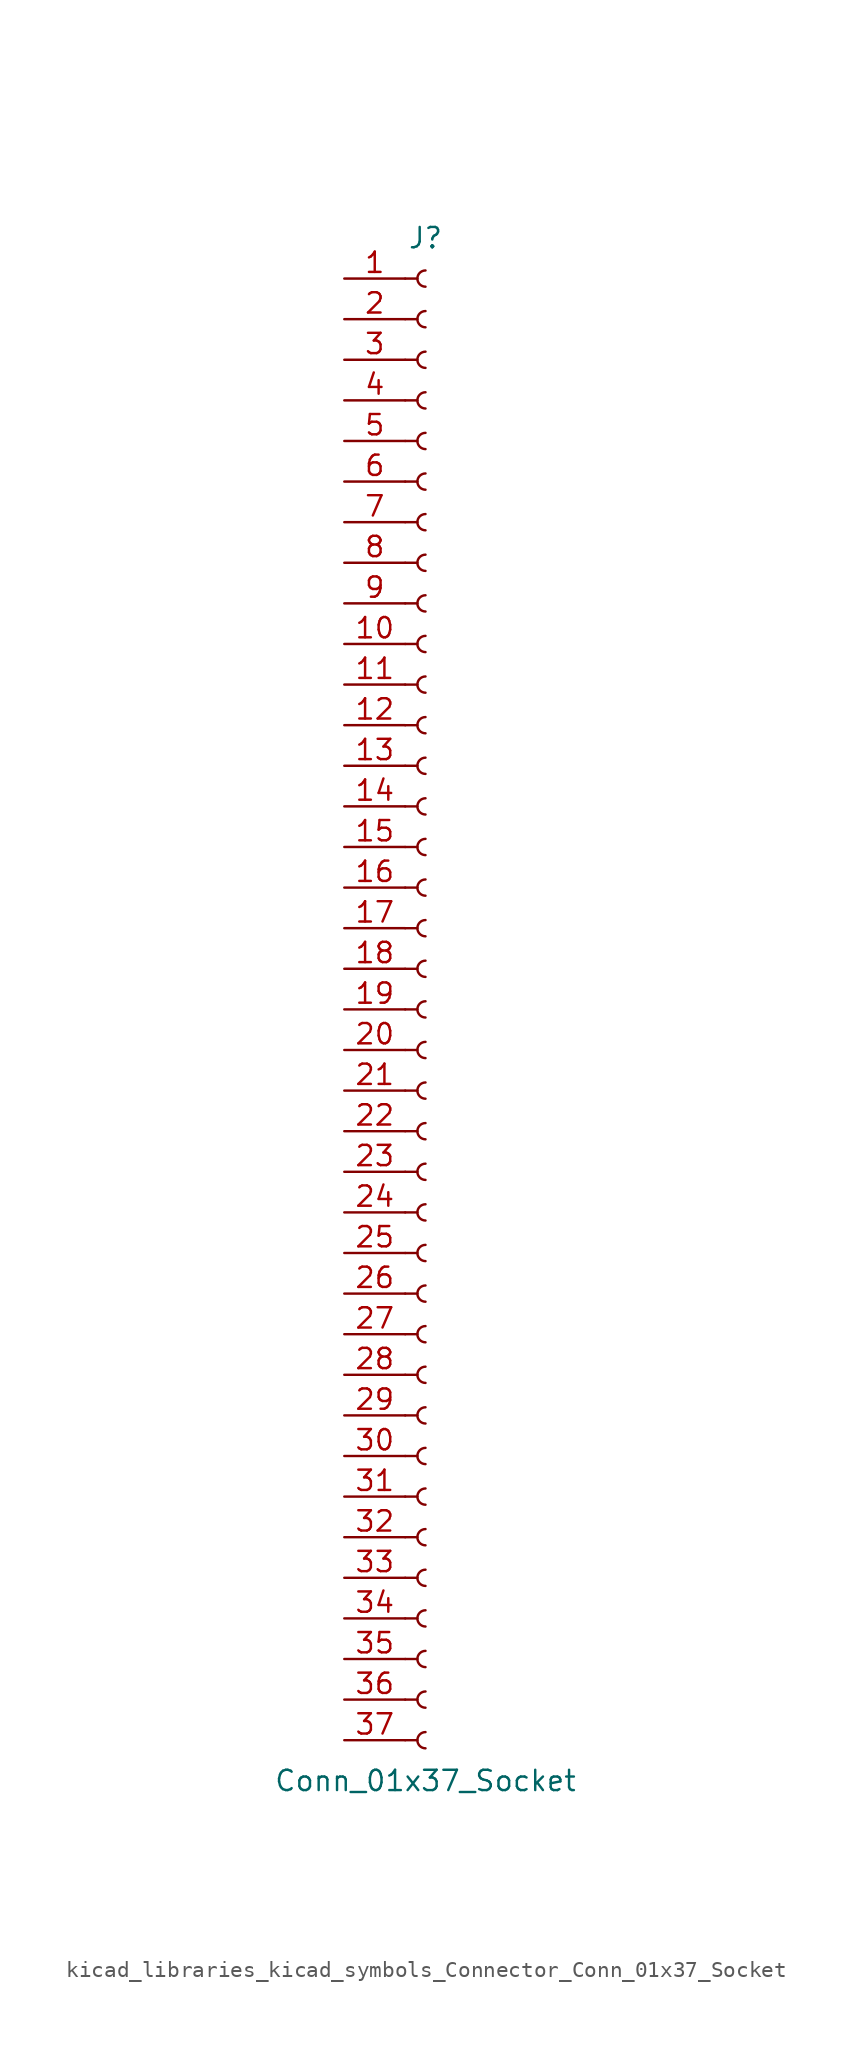
<source format=kicad_sym>
(kicad_symbol_lib
  (version 20220914)
  (generator kicad_symbol_editor)
  (symbol "kicad_libraries_kicad_symbols_Connector_Conn_01x37_Socket"
    (pin_names
      (offset 1.016) hide)
    (property "Reference" "J"
      (at 0 48.26 0)
      (effects (font (size 1.27 1.27))))
    (property "Value" "Conn_01x37_Socket"
      (at 0 -48.26 0)
      (effects (font (size 1.27 1.27))))
    (property "ki_locked" ""
      (at 0 0 0)
      (effects (font (size 1.27 1.27))))
    (symbol "kicad_libraries_kicad_symbols_Connector_Conn_01x37_Socket_1_1"
      (arc (start 0 -45.212) (mid -0.5058 -45.72) (end 0 -46.228) (stroke (width 0.1524) (type default)) (fill (type none)))
      (arc (start 0 -42.672) (mid -0.5058 -43.18) (end 0 -43.688) (stroke (width 0.1524) (type default)) (fill (type none)))
      (arc (start 0 -40.132) (mid -0.5058 -40.64) (end 0 -41.148) (stroke (width 0.1524) (type default)) (fill (type none)))
      (arc (start 0 -37.592) (mid -0.5058 -38.1) (end 0 -38.608) (stroke (width 0.1524) (type default)) (fill (type none)))
      (arc (start 0 -35.052) (mid -0.5058 -35.56) (end 0 -36.068) (stroke (width 0.1524) (type default)) (fill (type none)))
      (arc (start 0 -32.512) (mid -0.5058 -33.02) (end 0 -33.528) (stroke (width 0.1524) (type default)) (fill (type none)))
      (arc (start 0 -29.972) (mid -0.5058 -30.48) (end 0 -30.988) (stroke (width 0.1524) (type default)) (fill (type none)))
      (arc (start 0 -27.432) (mid -0.5058 -27.94) (end 0 -28.448) (stroke (width 0.1524) (type default)) (fill (type none)))
      (arc (start 0 -24.892) (mid -0.5058 -25.4) (end 0 -25.908) (stroke (width 0.1524) (type default)) (fill (type none)))
      (arc (start 0 -22.352) (mid -0.5058 -22.86) (end 0 -23.368) (stroke (width 0.1524) (type default)) (fill (type none)))
      (arc (start 0 -19.812) (mid -0.5058 -20.32) (end 0 -20.828) (stroke (width 0.1524) (type default)) (fill (type none)))
      (arc (start 0 -17.272) (mid -0.5058 -17.78) (end 0 -18.288) (stroke (width 0.1524) (type default)) (fill (type none)))
      (arc (start 0 -14.732) (mid -0.5058 -15.24) (end 0 -15.748) (stroke (width 0.1524) (type default)) (fill (type none)))
      (arc (start 0 -12.192) (mid -0.5058 -12.7) (end 0 -13.208) (stroke (width 0.1524) (type default)) (fill (type none)))
      (arc (start 0 -9.652) (mid -0.5058 -10.16) (end 0 -10.668) (stroke (width 0.1524) (type default)) (fill (type none)))
      (arc (start 0 -7.112) (mid -0.5058 -7.62) (end 0 -8.128) (stroke (width 0.1524) (type default)) (fill (type none)))
      (arc (start 0 -4.572) (mid -0.5058 -5.08) (end 0 -5.588) (stroke (width 0.1524) (type default)) (fill (type none)))
      (arc (start 0 -2.032) (mid -0.5058 -2.54) (end 0 -3.048) (stroke (width 0.1524) (type default)) (fill (type none)))
      (polyline (pts (xy -1.27 -45.72) (xy -0.508 -45.72)) (stroke (width 0.152) (type default)) (fill (type none)))
      (polyline (pts (xy -1.27 -43.18) (xy -0.508 -43.18)) (stroke (width 0.152) (type default)) (fill (type none)))
      (polyline (pts (xy -1.27 -40.64) (xy -0.508 -40.64)) (stroke (width 0.152) (type default)) (fill (type none)))
      (polyline (pts (xy -1.27 -38.1) (xy -0.508 -38.1)) (stroke (width 0.152) (type default)) (fill (type none)))
      (polyline (pts (xy -1.27 -35.56) (xy -0.508 -35.56)) (stroke (width 0.152) (type default)) (fill (type none)))
      (polyline (pts (xy -1.27 -33.02) (xy -0.508 -33.02)) (stroke (width 0.152) (type default)) (fill (type none)))
      (polyline (pts (xy -1.27 -30.48) (xy -0.508 -30.48)) (stroke (width 0.152) (type default)) (fill (type none)))
      (polyline (pts (xy -1.27 -27.94) (xy -0.508 -27.94)) (stroke (width 0.152) (type default)) (fill (type none)))
      (polyline (pts (xy -1.27 -25.4) (xy -0.508 -25.4)) (stroke (width 0.152) (type default)) (fill (type none)))
      (polyline (pts (xy -1.27 -22.86) (xy -0.508 -22.86)) (stroke (width 0.152) (type default)) (fill (type none)))
      (polyline (pts (xy -1.27 -20.32) (xy -0.508 -20.32)) (stroke (width 0.152) (type default)) (fill (type none)))
      (polyline (pts (xy -1.27 -17.78) (xy -0.508 -17.78)) (stroke (width 0.152) (type default)) (fill (type none)))
      (polyline (pts (xy -1.27 -15.24) (xy -0.508 -15.24)) (stroke (width 0.152) (type default)) (fill (type none)))
      (polyline (pts (xy -1.27 -12.7) (xy -0.508 -12.7)) (stroke (width 0.152) (type default)) (fill (type none)))
      (polyline (pts (xy -1.27 -10.16) (xy -0.508 -10.16)) (stroke (width 0.152) (type default)) (fill (type none)))
      (polyline (pts (xy -1.27 -7.62) (xy -0.508 -7.62)) (stroke (width 0.152) (type default)) (fill (type none)))
      (polyline (pts (xy -1.27 -5.08) (xy -0.508 -5.08)) (stroke (width 0.152) (type default)) (fill (type none)))
      (polyline (pts (xy -1.27 -2.54) (xy -0.508 -2.54)) (stroke (width 0.152) (type default)) (fill (type none)))
      (polyline (pts (xy -1.27 0) (xy -0.508 0)) (stroke (width 0.152) (type default)) (fill (type none)))
      (polyline (pts (xy -1.27 2.54) (xy -0.508 2.54)) (stroke (width 0.152) (type default)) (fill (type none)))
      (polyline (pts (xy -1.27 5.08) (xy -0.508 5.08)) (stroke (width 0.152) (type default)) (fill (type none)))
      (polyline (pts (xy -1.27 7.62) (xy -0.508 7.62)) (stroke (width 0.152) (type default)) (fill (type none)))
      (polyline (pts (xy -1.27 10.16) (xy -0.508 10.16)) (stroke (width 0.152) (type default)) (fill (type none)))
      (polyline (pts (xy -1.27 12.7) (xy -0.508 12.7)) (stroke (width 0.152) (type default)) (fill (type none)))
      (polyline (pts (xy -1.27 15.24) (xy -0.508 15.24)) (stroke (width 0.152) (type default)) (fill (type none)))
      (polyline (pts (xy -1.27 17.78) (xy -0.508 17.78)) (stroke (width 0.152) (type default)) (fill (type none)))
      (polyline (pts (xy -1.27 20.32) (xy -0.508 20.32)) (stroke (width 0.152) (type default)) (fill (type none)))
      (polyline (pts (xy -1.27 22.86) (xy -0.508 22.86)) (stroke (width 0.152) (type default)) (fill (type none)))
      (polyline (pts (xy -1.27 25.4) (xy -0.508 25.4)) (stroke (width 0.152) (type default)) (fill (type none)))
      (polyline (pts (xy -1.27 27.94) (xy -0.508 27.94)) (stroke (width 0.152) (type default)) (fill (type none)))
      (polyline (pts (xy -1.27 30.48) (xy -0.508 30.48)) (stroke (width 0.152) (type default)) (fill (type none)))
      (polyline (pts (xy -1.27 33.02) (xy -0.508 33.02)) (stroke (width 0.152) (type default)) (fill (type none)))
      (polyline (pts (xy -1.27 35.56) (xy -0.508 35.56)) (stroke (width 0.152) (type default)) (fill (type none)))
      (polyline (pts (xy -1.27 38.1) (xy -0.508 38.1)) (stroke (width 0.152) (type default)) (fill (type none)))
      (polyline (pts (xy -1.27 40.64) (xy -0.508 40.64)) (stroke (width 0.152) (type default)) (fill (type none)))
      (polyline (pts (xy -1.27 43.18) (xy -0.508 43.18)) (stroke (width 0.152) (type default)) (fill (type none)))
      (polyline (pts (xy -1.27 45.72) (xy -0.508 45.72)) (stroke (width 0.152) (type default)) (fill (type none)))
      (arc (start 0 0.508) (mid -0.5058 0) (end 0 -0.508) (stroke (width 0.1524) (type default)) (fill (type none)))
      (arc (start 0 3.048) (mid -0.5058 2.54) (end 0 2.032) (stroke (width 0.1524) (type default)) (fill (type none)))
      (arc (start 0 5.588) (mid -0.5058 5.08) (end 0 4.572) (stroke (width 0.1524) (type default)) (fill (type none)))
      (arc (start 0 8.128) (mid -0.5058 7.62) (end 0 7.112) (stroke (width 0.1524) (type default)) (fill (type none)))
      (arc (start 0 10.668) (mid -0.5058 10.16) (end 0 9.652) (stroke (width 0.1524) (type default)) (fill (type none)))
      (arc (start 0 13.208) (mid -0.5058 12.7) (end 0 12.192) (stroke (width 0.1524) (type default)) (fill (type none)))
      (arc (start 0 15.748) (mid -0.5058 15.24) (end 0 14.732) (stroke (width 0.1524) (type default)) (fill (type none)))
      (arc (start 0 18.288) (mid -0.5058 17.78) (end 0 17.272) (stroke (width 0.1524) (type default)) (fill (type none)))
      (arc (start 0 20.828) (mid -0.5058 20.32) (end 0 19.812) (stroke (width 0.1524) (type default)) (fill (type none)))
      (arc (start 0 23.368) (mid -0.5058 22.86) (end 0 22.352) (stroke (width 0.1524) (type default)) (fill (type none)))
      (arc (start 0 25.908) (mid -0.5058 25.4) (end 0 24.892) (stroke (width 0.1524) (type default)) (fill (type none)))
      (arc (start 0 28.448) (mid -0.5058 27.94) (end 0 27.432) (stroke (width 0.1524) (type default)) (fill (type none)))
      (arc (start 0 30.988) (mid -0.5058 30.48) (end 0 29.972) (stroke (width 0.1524) (type default)) (fill (type none)))
      (arc (start 0 33.528) (mid -0.5058 33.02) (end 0 32.512) (stroke (width 0.1524) (type default)) (fill (type none)))
      (arc (start 0 36.068) (mid -0.5058 35.56) (end 0 35.052) (stroke (width 0.1524) (type default)) (fill (type none)))
      (arc (start 0 38.608) (mid -0.5058 38.1) (end 0 37.592) (stroke (width 0.1524) (type default)) (fill (type none)))
      (arc (start 0 41.148) (mid -0.5058 40.64) (end 0 40.132) (stroke (width 0.1524) (type default)) (fill (type none)))
      (arc (start 0 43.688) (mid -0.5058 43.18) (end 0 42.672) (stroke (width 0.1524) (type default)) (fill (type none)))
      (arc (start 0 46.228) (mid -0.5058 45.72) (end 0 45.212) (stroke (width 0.1524) (type default)) (fill (type none)))
      (pin passive line (at -5.08 45.72 0) (length 3.81) (name "Pin_1" (effects (font (size 1.27 1.27)))) (number "1" (effects (font (size 1.27 1.27)))))
      (pin passive line (at -5.08 22.86 0) (length 3.81) (name "Pin_10" (effects (font (size 1.27 1.27)))) (number "10" (effects (font (size 1.27 1.27)))))
      (pin passive line (at -5.08 20.32 0) (length 3.81) (name "Pin_11" (effects (font (size 1.27 1.27)))) (number "11" (effects (font (size 1.27 1.27)))))
      (pin passive line (at -5.08 17.78 0) (length 3.81) (name "Pin_12" (effects (font (size 1.27 1.27)))) (number "12" (effects (font (size 1.27 1.27)))))
      (pin passive line (at -5.08 15.24 0) (length 3.81) (name "Pin_13" (effects (font (size 1.27 1.27)))) (number "13" (effects (font (size 1.27 1.27)))))
      (pin passive line (at -5.08 12.7 0) (length 3.81) (name "Pin_14" (effects (font (size 1.27 1.27)))) (number "14" (effects (font (size 1.27 1.27)))))
      (pin passive line (at -5.08 10.16 0) (length 3.81) (name "Pin_15" (effects (font (size 1.27 1.27)))) (number "15" (effects (font (size 1.27 1.27)))))
      (pin passive line (at -5.08 7.62 0) (length 3.81) (name "Pin_16" (effects (font (size 1.27 1.27)))) (number "16" (effects (font (size 1.27 1.27)))))
      (pin passive line (at -5.08 5.08 0) (length 3.81) (name "Pin_17" (effects (font (size 1.27 1.27)))) (number "17" (effects (font (size 1.27 1.27)))))
      (pin passive line (at -5.08 2.54 0) (length 3.81) (name "Pin_18" (effects (font (size 1.27 1.27)))) (number "18" (effects (font (size 1.27 1.27)))))
      (pin passive line (at -5.08 0 0) (length 3.81) (name "Pin_19" (effects (font (size 1.27 1.27)))) (number "19" (effects (font (size 1.27 1.27)))))
      (pin passive line (at -5.08 43.18 0) (length 3.81) (name "Pin_2" (effects (font (size 1.27 1.27)))) (number "2" (effects (font (size 1.27 1.27)))))
      (pin passive line (at -5.08 -2.54 0) (length 3.81) (name "Pin_20" (effects (font (size 1.27 1.27)))) (number "20" (effects (font (size 1.27 1.27)))))
      (pin passive line (at -5.08 -5.08 0) (length 3.81) (name "Pin_21" (effects (font (size 1.27 1.27)))) (number "21" (effects (font (size 1.27 1.27)))))
      (pin passive line (at -5.08 -7.62 0) (length 3.81) (name "Pin_22" (effects (font (size 1.27 1.27)))) (number "22" (effects (font (size 1.27 1.27)))))
      (pin passive line (at -5.08 -10.16 0) (length 3.81) (name "Pin_23" (effects (font (size 1.27 1.27)))) (number "23" (effects (font (size 1.27 1.27)))))
      (pin passive line (at -5.08 -12.7 0) (length 3.81) (name "Pin_24" (effects (font (size 1.27 1.27)))) (number "24" (effects (font (size 1.27 1.27)))))
      (pin passive line (at -5.08 -15.24 0) (length 3.81) (name "Pin_25" (effects (font (size 1.27 1.27)))) (number "25" (effects (font (size 1.27 1.27)))))
      (pin passive line (at -5.08 -17.78 0) (length 3.81) (name "Pin_26" (effects (font (size 1.27 1.27)))) (number "26" (effects (font (size 1.27 1.27)))))
      (pin passive line (at -5.08 -20.32 0) (length 3.81) (name "Pin_27" (effects (font (size 1.27 1.27)))) (number "27" (effects (font (size 1.27 1.27)))))
      (pin passive line (at -5.08 -22.86 0) (length 3.81) (name "Pin_28" (effects (font (size 1.27 1.27)))) (number "28" (effects (font (size 1.27 1.27)))))
      (pin passive line (at -5.08 -25.4 0) (length 3.81) (name "Pin_29" (effects (font (size 1.27 1.27)))) (number "29" (effects (font (size 1.27 1.27)))))
      (pin passive line (at -5.08 40.64 0) (length 3.81) (name "Pin_3" (effects (font (size 1.27 1.27)))) (number "3" (effects (font (size 1.27 1.27)))))
      (pin passive line (at -5.08 -27.94 0) (length 3.81) (name "Pin_30" (effects (font (size 1.27 1.27)))) (number "30" (effects (font (size 1.27 1.27)))))
      (pin passive line (at -5.08 -30.48 0) (length 3.81) (name "Pin_31" (effects (font (size 1.27 1.27)))) (number "31" (effects (font (size 1.27 1.27)))))
      (pin passive line (at -5.08 -33.02 0) (length 3.81) (name "Pin_32" (effects (font (size 1.27 1.27)))) (number "32" (effects (font (size 1.27 1.27)))))
      (pin passive line (at -5.08 -35.56 0) (length 3.81) (name "Pin_33" (effects (font (size 1.27 1.27)))) (number "33" (effects (font (size 1.27 1.27)))))
      (pin passive line (at -5.08 -38.1 0) (length 3.81) (name "Pin_34" (effects (font (size 1.27 1.27)))) (number "34" (effects (font (size 1.27 1.27)))))
      (pin passive line (at -5.08 -40.64 0) (length 3.81) (name "Pin_35" (effects (font (size 1.27 1.27)))) (number "35" (effects (font (size 1.27 1.27)))))
      (pin passive line (at -5.08 -43.18 0) (length 3.81) (name "Pin_36" (effects (font (size 1.27 1.27)))) (number "36" (effects (font (size 1.27 1.27)))))
      (pin passive line (at -5.08 -45.72 0) (length 3.81) (name "Pin_37" (effects (font (size 1.27 1.27)))) (number "37" (effects (font (size 1.27 1.27)))))
      (pin passive line (at -5.08 38.1 0) (length 3.81) (name "Pin_4" (effects (font (size 1.27 1.27)))) (number "4" (effects (font (size 1.27 1.27)))))
      (pin passive line (at -5.08 35.56 0) (length 3.81) (name "Pin_5" (effects (font (size 1.27 1.27)))) (number "5" (effects (font (size 1.27 1.27)))))
      (pin passive line (at -5.08 33.02 0) (length 3.81) (name "Pin_6" (effects (font (size 1.27 1.27)))) (number "6" (effects (font (size 1.27 1.27)))))
      (pin passive line (at -5.08 30.48 0) (length 3.81) (name "Pin_7" (effects (font (size 1.27 1.27)))) (number "7" (effects (font (size 1.27 1.27)))))
      (pin passive line (at -5.08 27.94 0) (length 3.81) (name "Pin_8" (effects (font (size 1.27 1.27)))) (number "8" (effects (font (size 1.27 1.27)))))
      (pin passive line (at -5.08 25.4 0) (length 3.81) (name "Pin_9" (effects (font (size 1.27 1.27)))) (number "9" (effects (font (size 1.27 1.27))))))))
</source>
